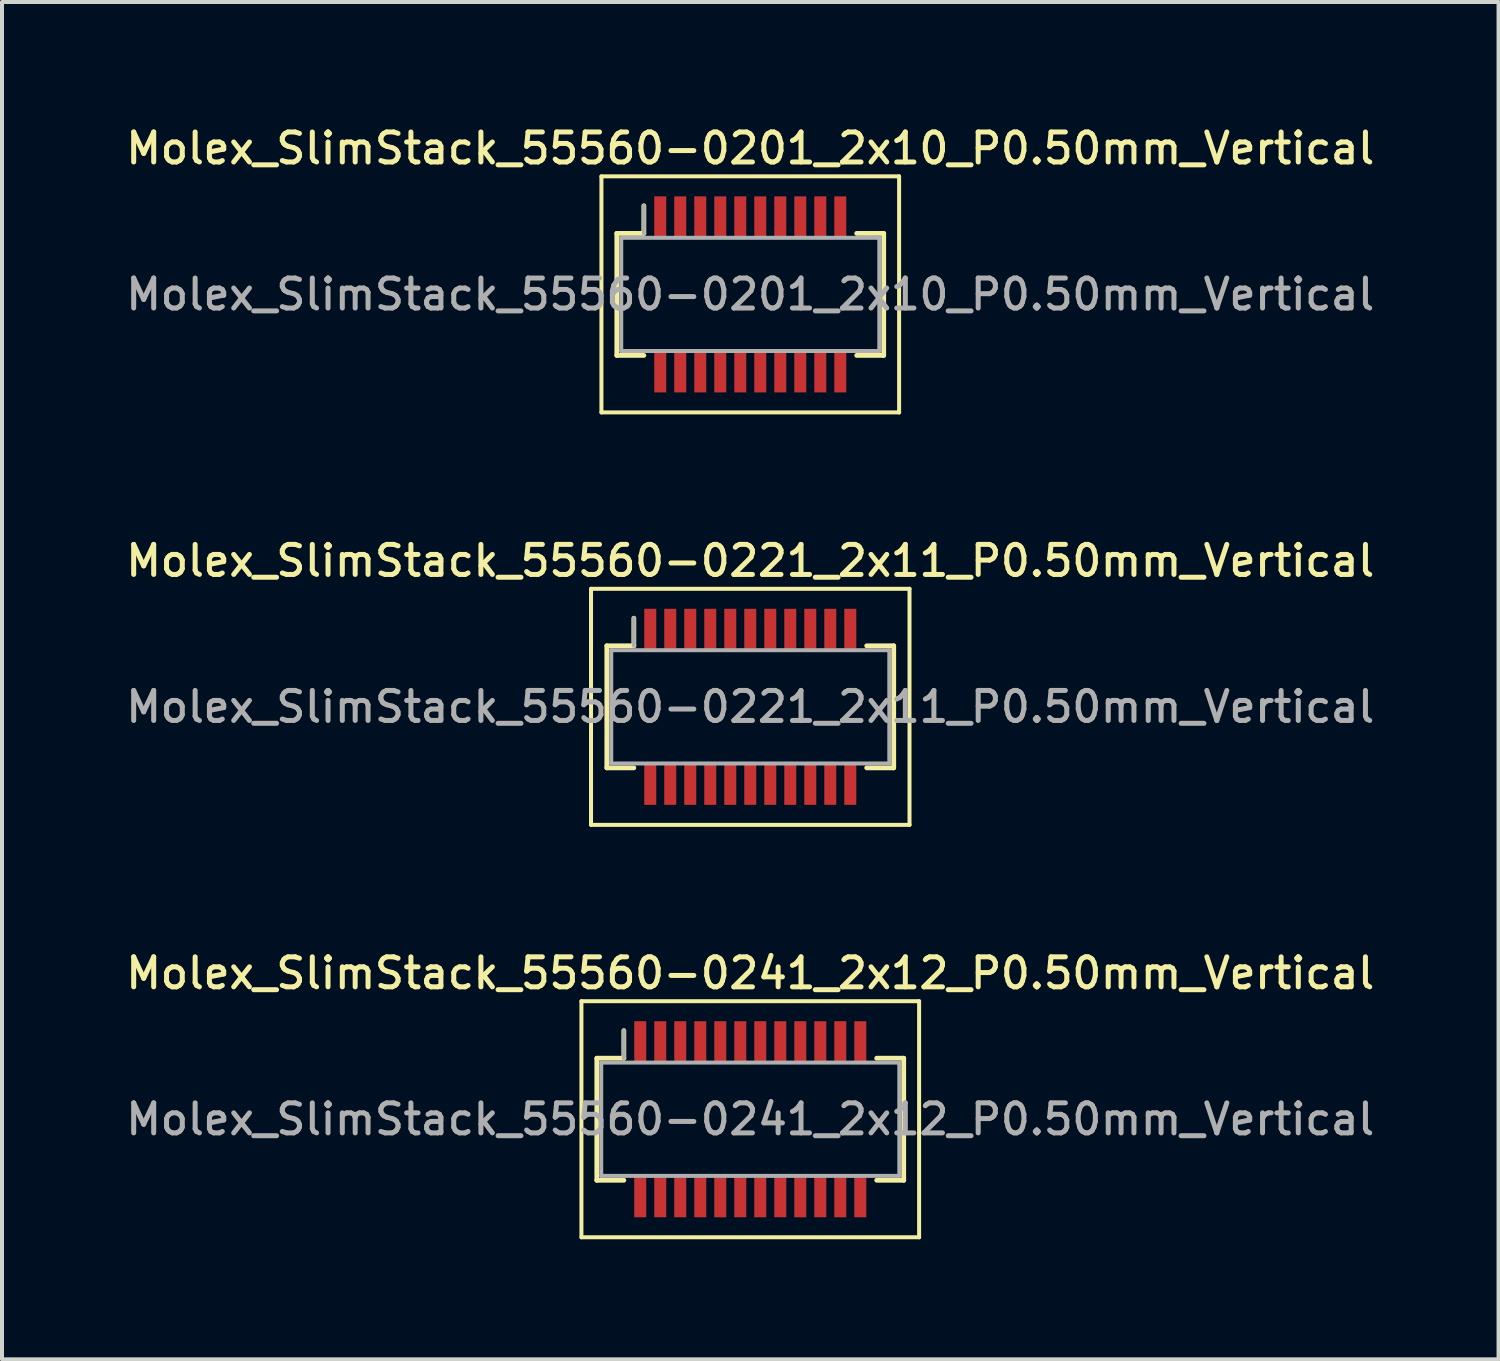
<source format=kicad_pcb>
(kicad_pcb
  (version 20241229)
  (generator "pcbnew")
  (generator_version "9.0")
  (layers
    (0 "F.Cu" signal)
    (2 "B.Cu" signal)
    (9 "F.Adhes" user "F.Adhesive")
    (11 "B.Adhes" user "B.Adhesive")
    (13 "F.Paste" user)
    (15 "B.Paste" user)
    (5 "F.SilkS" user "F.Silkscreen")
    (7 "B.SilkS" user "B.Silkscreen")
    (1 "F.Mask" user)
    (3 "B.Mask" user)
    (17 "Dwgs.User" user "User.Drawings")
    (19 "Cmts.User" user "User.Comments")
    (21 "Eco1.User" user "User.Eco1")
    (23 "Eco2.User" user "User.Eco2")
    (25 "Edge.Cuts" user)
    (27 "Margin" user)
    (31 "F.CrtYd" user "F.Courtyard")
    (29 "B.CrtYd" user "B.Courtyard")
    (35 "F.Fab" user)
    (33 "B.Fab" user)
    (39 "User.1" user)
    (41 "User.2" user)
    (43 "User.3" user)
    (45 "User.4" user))
  (footprint "Molex_SlimStack_55560-0201_2x10_P0.50mm_Vertical"
    (layer "F.Cu")
    (at 15.702 4.308)
    (property "Reference" "Molex_SlimStack_55560-0201_2x10_P0.50mm_Vertical" (at 0 -3.65 0) (layer "F.SilkS") (effects (font (size 0.75 0.75) (thickness 0.125))))
    (attr smd)
    (fp_line (start -3.72 -2.95) (end -3.72 2.95) (stroke (width 0.1) (type solid)) (layer "F.SilkS"))
    (fp_line (start -3.72 2.95) (end 3.72 2.95) (stroke (width 0.1) (type solid)) (layer "F.SilkS"))
    (fp_line (start -3.335 -1.525) (end -2.66 -1.525) (stroke (width 0.12) (type solid)) (layer "F.SilkS"))
    (fp_line (start -3.335 1.525) (end -3.335 -1.525) (stroke (width 0.12) (type solid)) (layer "F.SilkS"))
    (fp_line (start -2.66 -1.525) (end -2.66 -2.215) (stroke (width 0.12) (type solid)) (layer "F.SilkS"))
    (fp_line (start -2.66 1.525) (end -3.335 1.525) (stroke (width 0.12) (type solid)) (layer "F.SilkS"))
    (fp_line (start 2.66 1.525) (end 3.335 1.525) (stroke (width 0.12) (type solid)) (layer "F.SilkS"))
    (fp_line (start 3.335 -1.525) (end 2.66 -1.525) (stroke (width 0.12) (type solid)) (layer "F.SilkS"))
    (fp_line (start 3.335 1.525) (end 3.335 -1.525) (stroke (width 0.12) (type solid)) (layer "F.SilkS"))
    (fp_line (start 3.72 -2.95) (end -3.72 -2.95) (stroke (width 0.1) (type solid)) (layer "F.SilkS"))
    (fp_line (start 3.72 2.95) (end 3.72 -2.95) (stroke (width 0.1) (type solid)) (layer "F.SilkS"))
    (fp_line (start -3.225 -1.415) (end -3.225 1.415) (stroke (width 0.1) (type solid)) (layer "F.Fab"))
    (fp_line (start -3.225 1.415) (end 3.225 1.415) (stroke (width 0.1) (type solid)) (layer "F.Fab"))
    (fp_line (start -2.66 -1.525) (end -2.66 -2.215) (stroke (width 0.1) (type solid)) (layer "F.Fab"))
    (fp_line (start 3.225 -1.415) (end -3.225 -1.415) (stroke (width 0.1) (type solid)) (layer "F.Fab"))
    (fp_line (start 3.225 1.415) (end 3.225 -1.415) (stroke (width 0.1) (type solid)) (layer "F.Fab"))
    (fp_text user "${REFERENCE}" (at 0 0 0) (layer "F.Fab") (effects (font (size 0.75 0.75) (thickness 0.125))))
    (pad "1" smd rect (at -2.25 -1.95) (size 0.3 1) (layers "F.Cu" "F.Mask" "F.Paste"))
    (pad "2" smd rect (at -2.25 1.95) (size 0.3 1) (layers "F.Cu" "F.Mask" "F.Paste"))
    (pad "3" smd rect (at -1.75 -1.95) (size 0.3 1) (layers "F.Cu" "F.Mask" "F.Paste"))
    (pad "4" smd rect (at -1.75 1.95) (size 0.3 1) (layers "F.Cu" "F.Mask" "F.Paste"))
    (pad "5" smd rect (at -1.25 -1.95) (size 0.3 1) (layers "F.Cu" "F.Mask" "F.Paste"))
    (pad "6" smd rect (at -1.25 1.95) (size 0.3 1) (layers "F.Cu" "F.Mask" "F.Paste"))
    (pad "7" smd rect (at -0.75 -1.95) (size 0.3 1) (layers "F.Cu" "F.Mask" "F.Paste"))
    (pad "8" smd rect (at -0.75 1.95) (size 0.3 1) (layers "F.Cu" "F.Mask" "F.Paste"))
    (pad "9" smd rect (at -0.25 -1.95) (size 0.3 1) (layers "F.Cu" "F.Mask" "F.Paste"))
    (pad "10" smd rect (at -0.25 1.95) (size 0.3 1) (layers "F.Cu" "F.Mask" "F.Paste"))
    (pad "11" smd rect (at 0.25 -1.95) (size 0.3 1) (layers "F.Cu" "F.Mask" "F.Paste"))
    (pad "12" smd rect (at 0.25 1.95) (size 0.3 1) (layers "F.Cu" "F.Mask" "F.Paste"))
    (pad "13" smd rect (at 0.75 -1.95) (size 0.3 1) (layers "F.Cu" "F.Mask" "F.Paste"))
    (pad "14" smd rect (at 0.75 1.95) (size 0.3 1) (layers "F.Cu" "F.Mask" "F.Paste"))
    (pad "15" smd rect (at 1.25 -1.95) (size 0.3 1) (layers "F.Cu" "F.Mask" "F.Paste"))
    (pad "16" smd rect (at 1.25 1.95) (size 0.3 1) (layers "F.Cu" "F.Mask" "F.Paste"))
    (pad "17" smd rect (at 1.75 -1.95) (size 0.3 1) (layers "F.Cu" "F.Mask" "F.Paste"))
    (pad "18" smd rect (at 1.75 1.95) (size 0.3 1) (layers "F.Cu" "F.Mask" "F.Paste"))
    (pad "19" smd rect (at 2.25 -1.95) (size 0.3 1) (layers "F.Cu" "F.Mask" "F.Paste"))
    (pad "20" smd rect (at 2.25 1.95) (size 0.3 1) (layers "F.Cu" "F.Mask" "F.Paste")))
  (footprint "Molex_SlimStack_55560-0221_2x11_P0.50mm_Vertical"
    (layer "F.Cu")
    (at 15.702 14.616)
    (property "Reference" "Molex_SlimStack_55560-0221_2x11_P0.50mm_Vertical" (at 0 -3.65 0) (layer "F.SilkS") (effects (font (size 0.75 0.75) (thickness 0.125))))
    (attr smd)
    (fp_line (start -3.98 -2.95) (end -3.98 2.95) (stroke (width 0.1) (type solid)) (layer "F.SilkS"))
    (fp_line (start -3.98 2.95) (end 3.98 2.95) (stroke (width 0.1) (type solid)) (layer "F.SilkS"))
    (fp_line (start -3.585 -1.525) (end -2.91 -1.525) (stroke (width 0.12) (type solid)) (layer "F.SilkS"))
    (fp_line (start -3.585 1.525) (end -3.585 -1.525) (stroke (width 0.12) (type solid)) (layer "F.SilkS"))
    (fp_line (start -2.91 -1.525) (end -2.91 -2.215) (stroke (width 0.12) (type solid)) (layer "F.SilkS"))
    (fp_line (start -2.91 1.525) (end -3.585 1.525) (stroke (width 0.12) (type solid)) (layer "F.SilkS"))
    (fp_line (start 2.91 1.525) (end 3.585 1.525) (stroke (width 0.12) (type solid)) (layer "F.SilkS"))
    (fp_line (start 3.585 -1.525) (end 2.91 -1.525) (stroke (width 0.12) (type solid)) (layer "F.SilkS"))
    (fp_line (start 3.585 1.525) (end 3.585 -1.525) (stroke (width 0.12) (type solid)) (layer "F.SilkS"))
    (fp_line (start 3.98 -2.95) (end -3.98 -2.95) (stroke (width 0.1) (type solid)) (layer "F.SilkS"))
    (fp_line (start 3.98 2.95) (end 3.98 -2.95) (stroke (width 0.1) (type solid)) (layer "F.SilkS"))
    (fp_line (start -3.475 -1.415) (end -3.475 1.415) (stroke (width 0.1) (type solid)) (layer "F.Fab"))
    (fp_line (start -3.475 1.415) (end 3.475 1.415) (stroke (width 0.1) (type solid)) (layer "F.Fab"))
    (fp_line (start -2.91 -1.525) (end -2.91 -2.215) (stroke (width 0.1) (type solid)) (layer "F.Fab"))
    (fp_line (start 3.475 -1.415) (end -3.475 -1.415) (stroke (width 0.1) (type solid)) (layer "F.Fab"))
    (fp_line (start 3.475 1.415) (end 3.475 -1.415) (stroke (width 0.1) (type solid)) (layer "F.Fab"))
    (fp_text user "${REFERENCE}" (at 0 0 0) (layer "F.Fab") (effects (font (size 0.75 0.75) (thickness 0.125))))
    (pad "1" smd rect (at -2.5 -1.95) (size 0.3 1) (layers "F.Cu" "F.Mask" "F.Paste"))
    (pad "2" smd rect (at -2.5 1.95) (size 0.3 1) (layers "F.Cu" "F.Mask" "F.Paste"))
    (pad "3" smd rect (at -2 -1.95) (size 0.3 1) (layers "F.Cu" "F.Mask" "F.Paste"))
    (pad "4" smd rect (at -2 1.95) (size 0.3 1) (layers "F.Cu" "F.Mask" "F.Paste"))
    (pad "5" smd rect (at -1.5 -1.95) (size 0.3 1) (layers "F.Cu" "F.Mask" "F.Paste"))
    (pad "6" smd rect (at -1.5 1.95) (size 0.3 1) (layers "F.Cu" "F.Mask" "F.Paste"))
    (pad "7" smd rect (at -1 -1.95) (size 0.3 1) (layers "F.Cu" "F.Mask" "F.Paste"))
    (pad "8" smd rect (at -1 1.95) (size 0.3 1) (layers "F.Cu" "F.Mask" "F.Paste"))
    (pad "9" smd rect (at -0.5 -1.95) (size 0.3 1) (layers "F.Cu" "F.Mask" "F.Paste"))
    (pad "10" smd rect (at -0.5 1.95) (size 0.3 1) (layers "F.Cu" "F.Mask" "F.Paste"))
    (pad "11" smd rect (at 0 -1.95) (size 0.3 1) (layers "F.Cu" "F.Mask" "F.Paste"))
    (pad "12" smd rect (at 0 1.95) (size 0.3 1) (layers "F.Cu" "F.Mask" "F.Paste"))
    (pad "13" smd rect (at 0.5 -1.95) (size 0.3 1) (layers "F.Cu" "F.Mask" "F.Paste"))
    (pad "14" smd rect (at 0.5 1.95) (size 0.3 1) (layers "F.Cu" "F.Mask" "F.Paste"))
    (pad "15" smd rect (at 1 -1.95) (size 0.3 1) (layers "F.Cu" "F.Mask" "F.Paste"))
    (pad "16" smd rect (at 1 1.95) (size 0.3 1) (layers "F.Cu" "F.Mask" "F.Paste"))
    (pad "17" smd rect (at 1.5 -1.95) (size 0.3 1) (layers "F.Cu" "F.Mask" "F.Paste"))
    (pad "18" smd rect (at 1.5 1.95) (size 0.3 1) (layers "F.Cu" "F.Mask" "F.Paste"))
    (pad "19" smd rect (at 2 -1.95) (size 0.3 1) (layers "F.Cu" "F.Mask" "F.Paste"))
    (pad "20" smd rect (at 2 1.95) (size 0.3 1) (layers "F.Cu" "F.Mask" "F.Paste"))
    (pad "21" smd rect (at 2.5 -1.95) (size 0.3 1) (layers "F.Cu" "F.Mask" "F.Paste"))
    (pad "22" smd rect (at 2.5 1.95) (size 0.3 1) (layers "F.Cu" "F.Mask" "F.Paste")))
  (footprint "Molex_SlimStack_55560-0241_2x12_P0.50mm_Vertical"
    (layer "F.Cu")
    (at 15.702 24.924)
    (property "Reference" "Molex_SlimStack_55560-0241_2x12_P0.50mm_Vertical" (at 0 -3.65 0) (layer "F.SilkS") (effects (font (size 0.75 0.75) (thickness 0.125))))
    (attr smd)
    (fp_line (start -4.22 -2.95) (end -4.22 2.95) (stroke (width 0.1) (type solid)) (layer "F.SilkS"))
    (fp_line (start -4.22 2.95) (end 4.22 2.95) (stroke (width 0.1) (type solid)) (layer "F.SilkS"))
    (fp_line (start -3.835 -1.525) (end -3.16 -1.525) (stroke (width 0.12) (type solid)) (layer "F.SilkS"))
    (fp_line (start -3.835 1.525) (end -3.835 -1.525) (stroke (width 0.12) (type solid)) (layer "F.SilkS"))
    (fp_line (start -3.16 -1.525) (end -3.16 -2.215) (stroke (width 0.12) (type solid)) (layer "F.SilkS"))
    (fp_line (start -3.16 1.525) (end -3.835 1.525) (stroke (width 0.12) (type solid)) (layer "F.SilkS"))
    (fp_line (start 3.16 1.525) (end 3.835 1.525) (stroke (width 0.12) (type solid)) (layer "F.SilkS"))
    (fp_line (start 3.835 -1.525) (end 3.16 -1.525) (stroke (width 0.12) (type solid)) (layer "F.SilkS"))
    (fp_line (start 3.835 1.525) (end 3.835 -1.525) (stroke (width 0.12) (type solid)) (layer "F.SilkS"))
    (fp_line (start 4.22 -2.95) (end -4.22 -2.95) (stroke (width 0.1) (type solid)) (layer "F.SilkS"))
    (fp_line (start 4.22 2.95) (end 4.22 -2.95) (stroke (width 0.1) (type solid)) (layer "F.SilkS"))
    (fp_line (start -3.725 -1.415) (end -3.725 1.415) (stroke (width 0.1) (type solid)) (layer "F.Fab"))
    (fp_line (start -3.725 1.415) (end 3.725 1.415) (stroke (width 0.1) (type solid)) (layer "F.Fab"))
    (fp_line (start -3.16 -1.525) (end -3.16 -2.215) (stroke (width 0.1) (type solid)) (layer "F.Fab"))
    (fp_line (start 3.725 -1.415) (end -3.725 -1.415) (stroke (width 0.1) (type solid)) (layer "F.Fab"))
    (fp_line (start 3.725 1.415) (end 3.725 -1.415) (stroke (width 0.1) (type solid)) (layer "F.Fab"))
    (fp_text user "${REFERENCE}" (at 0 0 0) (layer "F.Fab") (effects (font (size 0.75 0.75) (thickness 0.125))))
    (pad "1" smd rect (at -2.75 -1.95) (size 0.3 1) (layers "F.Cu" "F.Mask" "F.Paste"))
    (pad "2" smd rect (at -2.75 1.95) (size 0.3 1) (layers "F.Cu" "F.Mask" "F.Paste"))
    (pad "3" smd rect (at -2.25 -1.95) (size 0.3 1) (layers "F.Cu" "F.Mask" "F.Paste"))
    (pad "4" smd rect (at -2.25 1.95) (size 0.3 1) (layers "F.Cu" "F.Mask" "F.Paste"))
    (pad "5" smd rect (at -1.75 -1.95) (size 0.3 1) (layers "F.Cu" "F.Mask" "F.Paste"))
    (pad "6" smd rect (at -1.75 1.95) (size 0.3 1) (layers "F.Cu" "F.Mask" "F.Paste"))
    (pad "7" smd rect (at -1.25 -1.95) (size 0.3 1) (layers "F.Cu" "F.Mask" "F.Paste"))
    (pad "8" smd rect (at -1.25 1.95) (size 0.3 1) (layers "F.Cu" "F.Mask" "F.Paste"))
    (pad "9" smd rect (at -0.75 -1.95) (size 0.3 1) (layers "F.Cu" "F.Mask" "F.Paste"))
    (pad "10" smd rect (at -0.75 1.95) (size 0.3 1) (layers "F.Cu" "F.Mask" "F.Paste"))
    (pad "11" smd rect (at -0.25 -1.95) (size 0.3 1) (layers "F.Cu" "F.Mask" "F.Paste"))
    (pad "12" smd rect (at -0.25 1.95) (size 0.3 1) (layers "F.Cu" "F.Mask" "F.Paste"))
    (pad "13" smd rect (at 0.25 -1.95) (size 0.3 1) (layers "F.Cu" "F.Mask" "F.Paste"))
    (pad "14" smd rect (at 0.25 1.95) (size 0.3 1) (layers "F.Cu" "F.Mask" "F.Paste"))
    (pad "15" smd rect (at 0.75 -1.95) (size 0.3 1) (layers "F.Cu" "F.Mask" "F.Paste"))
    (pad "16" smd rect (at 0.75 1.95) (size 0.3 1) (layers "F.Cu" "F.Mask" "F.Paste"))
    (pad "17" smd rect (at 1.25 -1.95) (size 0.3 1) (layers "F.Cu" "F.Mask" "F.Paste"))
    (pad "18" smd rect (at 1.25 1.95) (size 0.3 1) (layers "F.Cu" "F.Mask" "F.Paste"))
    (pad "19" smd rect (at 1.75 -1.95) (size 0.3 1) (layers "F.Cu" "F.Mask" "F.Paste"))
    (pad "20" smd rect (at 1.75 1.95) (size 0.3 1) (layers "F.Cu" "F.Mask" "F.Paste"))
    (pad "21" smd rect (at 2.25 -1.95) (size 0.3 1) (layers "F.Cu" "F.Mask" "F.Paste"))
    (pad "22" smd rect (at 2.25 1.95) (size 0.3 1) (layers "F.Cu" "F.Mask" "F.Paste"))
    (pad "23" smd rect (at 2.75 -1.95) (size 0.3 1) (layers "F.Cu" "F.Mask" "F.Paste"))
    (pad "24" smd rect (at 2.75 1.95) (size 0.3 1) (layers "F.Cu" "F.Mask" "F.Paste")))
  (gr_rect
    (start -3 -3)
    (end 34.404 30.924)
    (stroke (width 0.1) (type default))
    (fill no)
    (layer "Edge.Cuts")))
</source>
